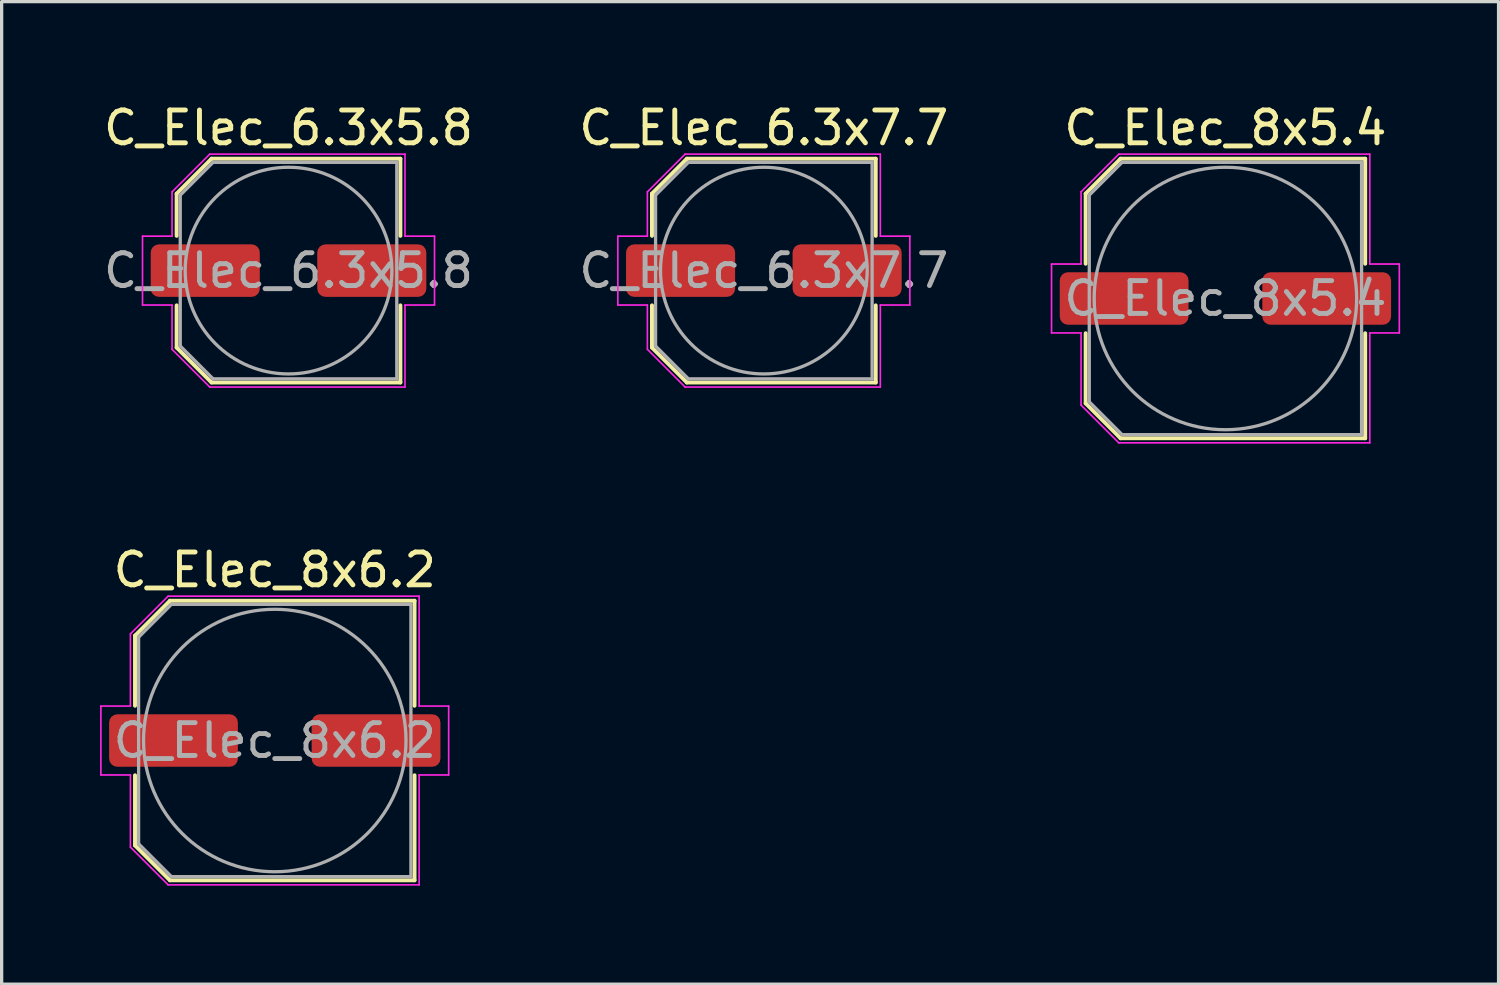
<source format=kicad_pcb>
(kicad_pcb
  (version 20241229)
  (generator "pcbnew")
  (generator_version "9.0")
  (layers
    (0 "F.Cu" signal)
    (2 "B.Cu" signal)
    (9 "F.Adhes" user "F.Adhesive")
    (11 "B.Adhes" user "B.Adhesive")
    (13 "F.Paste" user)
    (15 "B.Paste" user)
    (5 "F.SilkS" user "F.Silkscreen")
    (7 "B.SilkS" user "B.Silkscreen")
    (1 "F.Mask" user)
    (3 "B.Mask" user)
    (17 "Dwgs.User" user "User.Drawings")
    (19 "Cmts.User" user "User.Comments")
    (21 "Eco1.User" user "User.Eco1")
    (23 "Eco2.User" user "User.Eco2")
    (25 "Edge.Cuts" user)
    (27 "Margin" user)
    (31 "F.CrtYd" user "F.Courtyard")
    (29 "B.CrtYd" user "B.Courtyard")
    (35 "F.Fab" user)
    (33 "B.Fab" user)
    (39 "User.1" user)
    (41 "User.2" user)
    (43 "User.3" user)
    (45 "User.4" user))
  (footprint "C_Elec_8x5.4"
    (layer "F.Cu")
    (at 34.301 6.048)
    (property "Reference" "C_Elec_8x5.4" (at 0 -5.2 0) (layer "F.SilkS") (effects (font (size 1 1) (thickness 0.15))))
    (attr smd)
    (fp_line (start -4.26 -3.196) (end -4.26 -1.06) (stroke (width 0.12) (type solid)) (layer "F.SilkS"))
    (fp_line (start -4.26 -3.196) (end -3.196 -4.26) (stroke (width 0.12) (type solid)) (layer "F.SilkS"))
    (fp_line (start -4.26 3.196) (end -4.26 1.06) (stroke (width 0.12) (type solid)) (layer "F.SilkS"))
    (fp_line (start -4.26 3.196) (end -3.196 4.26) (stroke (width 0.12) (type solid)) (layer "F.SilkS"))
    (fp_line (start -3.196 -4.26) (end 4.26 -4.26) (stroke (width 0.12) (type solid)) (layer "F.SilkS"))
    (fp_line (start -3.196 4.26) (end 4.26 4.26) (stroke (width 0.12) (type solid)) (layer "F.SilkS"))
    (fp_line (start 4.26 -4.26) (end 4.26 -1.06) (stroke (width 0.12) (type solid)) (layer "F.SilkS"))
    (fp_line (start 4.26 4.26) (end 4.26 1.06) (stroke (width 0.12) (type solid)) (layer "F.SilkS"))
    (fp_line (start -5.3 -1.05) (end -5.3 1.05) (stroke (width 0.05) (type solid)) (layer "F.CrtYd"))
    (fp_line (start -5.3 1.05) (end -4.4 1.05) (stroke (width 0.05) (type solid)) (layer "F.CrtYd"))
    (fp_line (start -4.4 -3.25) (end -4.4 -1.05) (stroke (width 0.05) (type solid)) (layer "F.CrtYd"))
    (fp_line (start -4.4 -3.25) (end -3.25 -4.4) (stroke (width 0.05) (type solid)) (layer "F.CrtYd"))
    (fp_line (start -4.4 -1.05) (end -5.3 -1.05) (stroke (width 0.05) (type solid)) (layer "F.CrtYd"))
    (fp_line (start -4.4 1.05) (end -4.4 3.25) (stroke (width 0.05) (type solid)) (layer "F.CrtYd"))
    (fp_line (start -4.4 3.25) (end -3.25 4.4) (stroke (width 0.05) (type solid)) (layer "F.CrtYd"))
    (fp_line (start -3.25 -4.4) (end 4.4 -4.4) (stroke (width 0.05) (type solid)) (layer "F.CrtYd"))
    (fp_line (start -3.25 4.4) (end 4.4 4.4) (stroke (width 0.05) (type solid)) (layer "F.CrtYd"))
    (fp_line (start 4.4 -4.4) (end 4.4 -1.05) (stroke (width 0.05) (type solid)) (layer "F.CrtYd"))
    (fp_line (start 4.4 -1.05) (end 5.3 -1.05) (stroke (width 0.05) (type solid)) (layer "F.CrtYd"))
    (fp_line (start 4.4 1.05) (end 4.4 4.4) (stroke (width 0.05) (type solid)) (layer "F.CrtYd"))
    (fp_line (start 5.3 -1.05) (end 5.3 1.05) (stroke (width 0.05) (type solid)) (layer "F.CrtYd"))
    (fp_line (start 5.3 1.05) (end 4.4 1.05) (stroke (width 0.05) (type solid)) (layer "F.CrtYd"))
    (fp_line (start -4.15 -3.15) (end -4.15 3.15) (stroke (width 0.1) (type solid)) (layer "F.Fab"))
    (fp_line (start -4.15 -3.15) (end -3.15 -4.15) (stroke (width 0.1) (type solid)) (layer "F.Fab"))
    (fp_line (start -4.15 3.15) (end -3.15 4.15) (stroke (width 0.1) (type solid)) (layer "F.Fab"))
    (fp_line (start -3.15 -4.15) (end 4.15 -4.15) (stroke (width 0.1) (type solid)) (layer "F.Fab"))
    (fp_line (start -3.15 4.15) (end 4.15 4.15) (stroke (width 0.1) (type solid)) (layer "F.Fab"))
    (fp_line (start 4.15 -4.15) (end 4.15 4.15) (stroke (width 0.1) (type solid)) (layer "F.Fab"))
    (fp_circle (center 0 0) (end 4 0) (stroke (width 0.1) (type solid)) (fill no) (layer "F.Fab"))
    (fp_text user "${REFERENCE}" (at 0 0 0) (layer "F.Fab") (effects (font (size 1 1) (thickness 0.15))))
    (pad "1" smd roundrect (at -3.087 0) (size 3.925 1.6) (layers "F.Cu" "F.Mask" "F.Paste") (roundrect_rratio 0.156))
    (pad "2" smd roundrect (at 3.087 0) (size 3.925 1.6) (layers "F.Cu" "F.Mask" "F.Paste") (roundrect_rratio 0.156)))
  (footprint "C_Elec_6.3x7.7"
    (layer "F.Cu")
    (at 20.232 5.198)
    (property "Reference" "C_Elec_6.3x7.7" (at 0 -4.35 0) (layer "F.SilkS") (effects (font (size 1 1) (thickness 0.15))))
    (attr smd)
    (fp_line (start -3.41 -2.346) (end -3.41 -1.06) (stroke (width 0.12) (type solid)) (layer "F.SilkS"))
    (fp_line (start -3.41 -2.346) (end -2.346 -3.41) (stroke (width 0.12) (type solid)) (layer "F.SilkS"))
    (fp_line (start -3.41 2.346) (end -3.41 1.06) (stroke (width 0.12) (type solid)) (layer "F.SilkS"))
    (fp_line (start -3.41 2.346) (end -2.346 3.41) (stroke (width 0.12) (type solid)) (layer "F.SilkS"))
    (fp_line (start -2.346 -3.41) (end 3.41 -3.41) (stroke (width 0.12) (type solid)) (layer "F.SilkS"))
    (fp_line (start -2.346 3.41) (end 3.41 3.41) (stroke (width 0.12) (type solid)) (layer "F.SilkS"))
    (fp_line (start 3.41 -3.41) (end 3.41 -1.06) (stroke (width 0.12) (type solid)) (layer "F.SilkS"))
    (fp_line (start 3.41 3.41) (end 3.41 1.06) (stroke (width 0.12) (type solid)) (layer "F.SilkS"))
    (fp_line (start -4.45 -1.05) (end -4.45 1.05) (stroke (width 0.05) (type solid)) (layer "F.CrtYd"))
    (fp_line (start -4.45 1.05) (end -3.55 1.05) (stroke (width 0.05) (type solid)) (layer "F.CrtYd"))
    (fp_line (start -3.55 -2.4) (end -3.55 -1.05) (stroke (width 0.05) (type solid)) (layer "F.CrtYd"))
    (fp_line (start -3.55 -2.4) (end -2.4 -3.55) (stroke (width 0.05) (type solid)) (layer "F.CrtYd"))
    (fp_line (start -3.55 -1.05) (end -4.45 -1.05) (stroke (width 0.05) (type solid)) (layer "F.CrtYd"))
    (fp_line (start -3.55 1.05) (end -3.55 2.4) (stroke (width 0.05) (type solid)) (layer "F.CrtYd"))
    (fp_line (start -3.55 2.4) (end -2.4 3.55) (stroke (width 0.05) (type solid)) (layer "F.CrtYd"))
    (fp_line (start -2.4 -3.55) (end 3.55 -3.55) (stroke (width 0.05) (type solid)) (layer "F.CrtYd"))
    (fp_line (start -2.4 3.55) (end 3.55 3.55) (stroke (width 0.05) (type solid)) (layer "F.CrtYd"))
    (fp_line (start 3.55 -3.55) (end 3.55 -1.05) (stroke (width 0.05) (type solid)) (layer "F.CrtYd"))
    (fp_line (start 3.55 -1.05) (end 4.45 -1.05) (stroke (width 0.05) (type solid)) (layer "F.CrtYd"))
    (fp_line (start 3.55 1.05) (end 3.55 3.55) (stroke (width 0.05) (type solid)) (layer "F.CrtYd"))
    (fp_line (start 4.45 -1.05) (end 4.45 1.05) (stroke (width 0.05) (type solid)) (layer "F.CrtYd"))
    (fp_line (start 4.45 1.05) (end 3.55 1.05) (stroke (width 0.05) (type solid)) (layer "F.CrtYd"))
    (fp_line (start -3.3 -2.3) (end -3.3 2.3) (stroke (width 0.1) (type solid)) (layer "F.Fab"))
    (fp_line (start -3.3 -2.3) (end -2.3 -3.3) (stroke (width 0.1) (type solid)) (layer "F.Fab"))
    (fp_line (start -3.3 2.3) (end -2.3 3.3) (stroke (width 0.1) (type solid)) (layer "F.Fab"))
    (fp_line (start -2.3 -3.3) (end 3.3 -3.3) (stroke (width 0.1) (type solid)) (layer "F.Fab"))
    (fp_line (start -2.3 3.3) (end 3.3 3.3) (stroke (width 0.1) (type solid)) (layer "F.Fab"))
    (fp_line (start 3.3 -3.3) (end 3.3 3.3) (stroke (width 0.1) (type solid)) (layer "F.Fab"))
    (fp_circle (center 0 0) (end 3.15 0) (stroke (width 0.1) (type solid)) (fill no) (layer "F.Fab"))
    (fp_text user "${REFERENCE}" (at 0 0 0) (layer "F.Fab") (effects (font (size 1 1) (thickness 0.15))))
    (pad "1" smd roundrect (at -2.538 0) (size 3.325 1.6) (layers "F.Cu" "F.Mask" "F.Paste") (roundrect_rratio 0.156))
    (pad "2" smd roundrect (at 2.538 0) (size 3.325 1.6) (layers "F.Cu" "F.Mask" "F.Paste") (roundrect_rratio 0.156)))
  (footprint "C_Elec_6.3x5.8"
    (layer "F.Cu")
    (at 5.744 5.198)
    (property "Reference" "C_Elec_6.3x5.8" (at 0 -4.35 0) (layer "F.SilkS") (effects (font (size 1 1) (thickness 0.15))))
    (attr smd)
    (fp_line (start -3.41 -2.346) (end -3.41 -1.06) (stroke (width 0.12) (type solid)) (layer "F.SilkS"))
    (fp_line (start -3.41 -2.346) (end -2.346 -3.41) (stroke (width 0.12) (type solid)) (layer "F.SilkS"))
    (fp_line (start -3.41 2.346) (end -3.41 1.06) (stroke (width 0.12) (type solid)) (layer "F.SilkS"))
    (fp_line (start -3.41 2.346) (end -2.346 3.41) (stroke (width 0.12) (type solid)) (layer "F.SilkS"))
    (fp_line (start -2.346 -3.41) (end 3.41 -3.41) (stroke (width 0.12) (type solid)) (layer "F.SilkS"))
    (fp_line (start -2.346 3.41) (end 3.41 3.41) (stroke (width 0.12) (type solid)) (layer "F.SilkS"))
    (fp_line (start 3.41 -3.41) (end 3.41 -1.06) (stroke (width 0.12) (type solid)) (layer "F.SilkS"))
    (fp_line (start 3.41 3.41) (end 3.41 1.06) (stroke (width 0.12) (type solid)) (layer "F.SilkS"))
    (fp_line (start -4.45 -1.05) (end -4.45 1.05) (stroke (width 0.05) (type solid)) (layer "F.CrtYd"))
    (fp_line (start -4.45 1.05) (end -3.55 1.05) (stroke (width 0.05) (type solid)) (layer "F.CrtYd"))
    (fp_line (start -3.55 -2.4) (end -3.55 -1.05) (stroke (width 0.05) (type solid)) (layer "F.CrtYd"))
    (fp_line (start -3.55 -2.4) (end -2.4 -3.55) (stroke (width 0.05) (type solid)) (layer "F.CrtYd"))
    (fp_line (start -3.55 -1.05) (end -4.45 -1.05) (stroke (width 0.05) (type solid)) (layer "F.CrtYd"))
    (fp_line (start -3.55 1.05) (end -3.55 2.4) (stroke (width 0.05) (type solid)) (layer "F.CrtYd"))
    (fp_line (start -3.55 2.4) (end -2.4 3.55) (stroke (width 0.05) (type solid)) (layer "F.CrtYd"))
    (fp_line (start -2.4 -3.55) (end 3.55 -3.55) (stroke (width 0.05) (type solid)) (layer "F.CrtYd"))
    (fp_line (start -2.4 3.55) (end 3.55 3.55) (stroke (width 0.05) (type solid)) (layer "F.CrtYd"))
    (fp_line (start 3.55 -3.55) (end 3.55 -1.05) (stroke (width 0.05) (type solid)) (layer "F.CrtYd"))
    (fp_line (start 3.55 -1.05) (end 4.45 -1.05) (stroke (width 0.05) (type solid)) (layer "F.CrtYd"))
    (fp_line (start 3.55 1.05) (end 3.55 3.55) (stroke (width 0.05) (type solid)) (layer "F.CrtYd"))
    (fp_line (start 4.45 -1.05) (end 4.45 1.05) (stroke (width 0.05) (type solid)) (layer "F.CrtYd"))
    (fp_line (start 4.45 1.05) (end 3.55 1.05) (stroke (width 0.05) (type solid)) (layer "F.CrtYd"))
    (fp_line (start -3.3 -2.3) (end -3.3 2.3) (stroke (width 0.1) (type solid)) (layer "F.Fab"))
    (fp_line (start -3.3 -2.3) (end -2.3 -3.3) (stroke (width 0.1) (type solid)) (layer "F.Fab"))
    (fp_line (start -3.3 2.3) (end -2.3 3.3) (stroke (width 0.1) (type solid)) (layer "F.Fab"))
    (fp_line (start -2.3 -3.3) (end 3.3 -3.3) (stroke (width 0.1) (type solid)) (layer "F.Fab"))
    (fp_line (start -2.3 3.3) (end 3.3 3.3) (stroke (width 0.1) (type solid)) (layer "F.Fab"))
    (fp_line (start 3.3 -3.3) (end 3.3 3.3) (stroke (width 0.1) (type solid)) (layer "F.Fab"))
    (fp_circle (center 0 0) (end 3.15 0) (stroke (width 0.1) (type solid)) (fill no) (layer "F.Fab"))
    (fp_text user "${REFERENCE}" (at 0 0 0) (layer "F.Fab") (effects (font (size 1 1) (thickness 0.15))))
    (pad "1" smd roundrect (at -2.538 0) (size 3.325 1.6) (layers "F.Cu" "F.Mask" "F.Paste") (roundrect_rratio 0.156))
    (pad "2" smd roundrect (at 2.538 0) (size 3.325 1.6) (layers "F.Cu" "F.Mask" "F.Paste") (roundrect_rratio 0.156)))
  (footprint "C_Elec_8x6.2"
    (layer "F.Cu")
    (at 5.325 19.521)
    (property "Reference" "C_Elec_8x6.2" (at 0 -5.2 0) (layer "F.SilkS") (effects (font (size 1 1) (thickness 0.15))))
    (attr smd)
    (fp_line (start -4.26 -3.196) (end -4.26 -1.06) (stroke (width 0.12) (type solid)) (layer "F.SilkS"))
    (fp_line (start -4.26 -3.196) (end -3.196 -4.26) (stroke (width 0.12) (type solid)) (layer "F.SilkS"))
    (fp_line (start -4.26 3.196) (end -4.26 1.06) (stroke (width 0.12) (type solid)) (layer "F.SilkS"))
    (fp_line (start -4.26 3.196) (end -3.196 4.26) (stroke (width 0.12) (type solid)) (layer "F.SilkS"))
    (fp_line (start -3.196 -4.26) (end 4.26 -4.26) (stroke (width 0.12) (type solid)) (layer "F.SilkS"))
    (fp_line (start -3.196 4.26) (end 4.26 4.26) (stroke (width 0.12) (type solid)) (layer "F.SilkS"))
    (fp_line (start 4.26 -4.26) (end 4.26 -1.06) (stroke (width 0.12) (type solid)) (layer "F.SilkS"))
    (fp_line (start 4.26 4.26) (end 4.26 1.06) (stroke (width 0.12) (type solid)) (layer "F.SilkS"))
    (fp_line (start -5.3 -1.05) (end -5.3 1.05) (stroke (width 0.05) (type solid)) (layer "F.CrtYd"))
    (fp_line (start -5.3 1.05) (end -4.4 1.05) (stroke (width 0.05) (type solid)) (layer "F.CrtYd"))
    (fp_line (start -4.4 -3.25) (end -4.4 -1.05) (stroke (width 0.05) (type solid)) (layer "F.CrtYd"))
    (fp_line (start -4.4 -3.25) (end -3.25 -4.4) (stroke (width 0.05) (type solid)) (layer "F.CrtYd"))
    (fp_line (start -4.4 -1.05) (end -5.3 -1.05) (stroke (width 0.05) (type solid)) (layer "F.CrtYd"))
    (fp_line (start -4.4 1.05) (end -4.4 3.25) (stroke (width 0.05) (type solid)) (layer "F.CrtYd"))
    (fp_line (start -4.4 3.25) (end -3.25 4.4) (stroke (width 0.05) (type solid)) (layer "F.CrtYd"))
    (fp_line (start -3.25 -4.4) (end 4.4 -4.4) (stroke (width 0.05) (type solid)) (layer "F.CrtYd"))
    (fp_line (start -3.25 4.4) (end 4.4 4.4) (stroke (width 0.05) (type solid)) (layer "F.CrtYd"))
    (fp_line (start 4.4 -4.4) (end 4.4 -1.05) (stroke (width 0.05) (type solid)) (layer "F.CrtYd"))
    (fp_line (start 4.4 -1.05) (end 5.3 -1.05) (stroke (width 0.05) (type solid)) (layer "F.CrtYd"))
    (fp_line (start 4.4 1.05) (end 4.4 4.4) (stroke (width 0.05) (type solid)) (layer "F.CrtYd"))
    (fp_line (start 5.3 -1.05) (end 5.3 1.05) (stroke (width 0.05) (type solid)) (layer "F.CrtYd"))
    (fp_line (start 5.3 1.05) (end 4.4 1.05) (stroke (width 0.05) (type solid)) (layer "F.CrtYd"))
    (fp_line (start -4.15 -3.15) (end -4.15 3.15) (stroke (width 0.1) (type solid)) (layer "F.Fab"))
    (fp_line (start -4.15 -3.15) (end -3.15 -4.15) (stroke (width 0.1) (type solid)) (layer "F.Fab"))
    (fp_line (start -4.15 3.15) (end -3.15 4.15) (stroke (width 0.1) (type solid)) (layer "F.Fab"))
    (fp_line (start -3.15 -4.15) (end 4.15 -4.15) (stroke (width 0.1) (type solid)) (layer "F.Fab"))
    (fp_line (start -3.15 4.15) (end 4.15 4.15) (stroke (width 0.1) (type solid)) (layer "F.Fab"))
    (fp_line (start 4.15 -4.15) (end 4.15 4.15) (stroke (width 0.1) (type solid)) (layer "F.Fab"))
    (fp_circle (center 0 0) (end 4 0) (stroke (width 0.1) (type solid)) (fill no) (layer "F.Fab"))
    (fp_text user "${REFERENCE}" (at 0 0 0) (layer "F.Fab") (effects (font (size 1 1) (thickness 0.15))))
    (pad "1" smd roundrect (at -3.087 0) (size 3.925 1.6) (layers "F.Cu" "F.Mask" "F.Paste") (roundrect_rratio 0.156))
    (pad "2" smd roundrect (at 3.087 0) (size 3.925 1.6) (layers "F.Cu" "F.Mask" "F.Paste") (roundrect_rratio 0.156)))
  (gr_rect
    (start -3 -3)
    (end 42.626 26.947)
    (stroke (width 0.1) (type default))
    (fill no)
    (layer "Edge.Cuts")))
</source>
